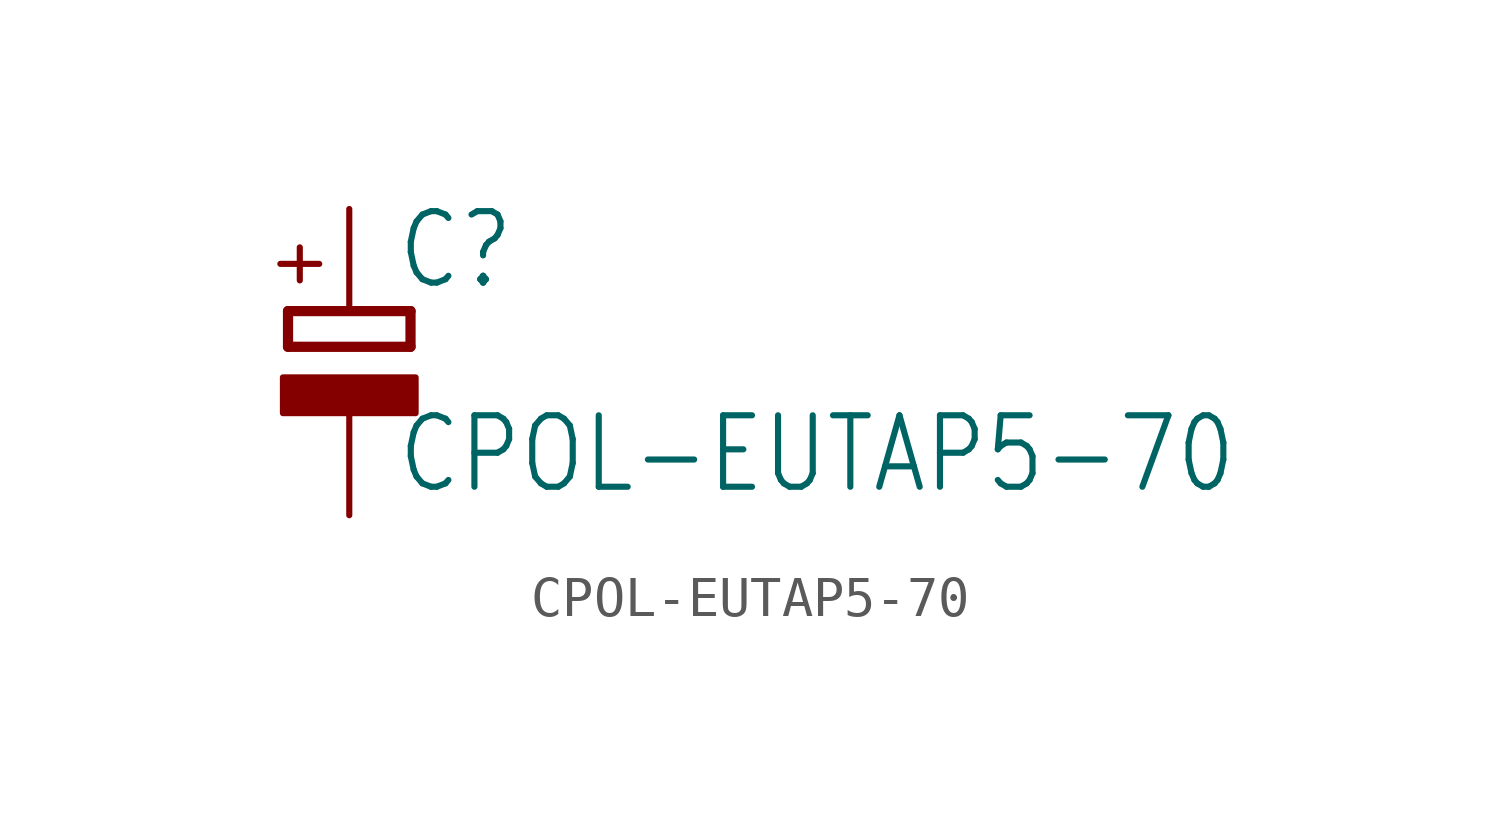
<source format=kicad_sym>
(kicad_symbol_lib
  (version 20220914)
  (generator kicad_symbol_editor)
  (symbol "CPOL-EUTAP5-70"
    (property "Reference" "C"
      (at 1.143 0.483 0)
      (effects (font (size 1.778 1.511)) (justify left bottom)))
    (property "Value" "CPOL-EUTAP5-70"
      (at 1.143 -4.597 0)
      (effects (font (size 1.778 1.511)) (justify left bottom)))
    (property "ki_locked" ""
      (at 0 0 0)
      (effects (font (size 1.27 1.27))))
    (symbol "CPOL-EUTAP5-70_1_0"
      (rectangle (start -1.651 -2.54) (end 1.651 -1.651) (stroke (width 0) (type default)) (fill (type outline)))
      (polyline (pts (xy -1.524 -0.889) (xy 1.524 -0.889)) (stroke (width 0.254) (type default)) (fill (type none)))
      (polyline (pts (xy -1.524 0) (xy -1.524 -0.889)) (stroke (width 0.254) (type default)) (fill (type none)))
      (polyline (pts (xy -1.524 0) (xy 1.524 0)) (stroke (width 0.254) (type default)) (fill (type none)))
      (polyline (pts (xy 1.524 -0.889) (xy 1.524 0)) (stroke (width 0.254) (type default)) (fill (type none)))
      (text "+" (at -0.584 0.406 900) (effects (font (size 1.27 1.079)) (justify left bottom)))
      (pin passive line (at 0 2.54 270) (length 2.54) (name "+" (effects (font (size 0 0)))) (number "+" (effects (font (size 0 0)))))
      (pin passive line (at 0 -5.08 90) (length 2.54) (name "-" (effects (font (size 0 0)))) (number "-" (effects (font (size 0 0))))))))
</source>
